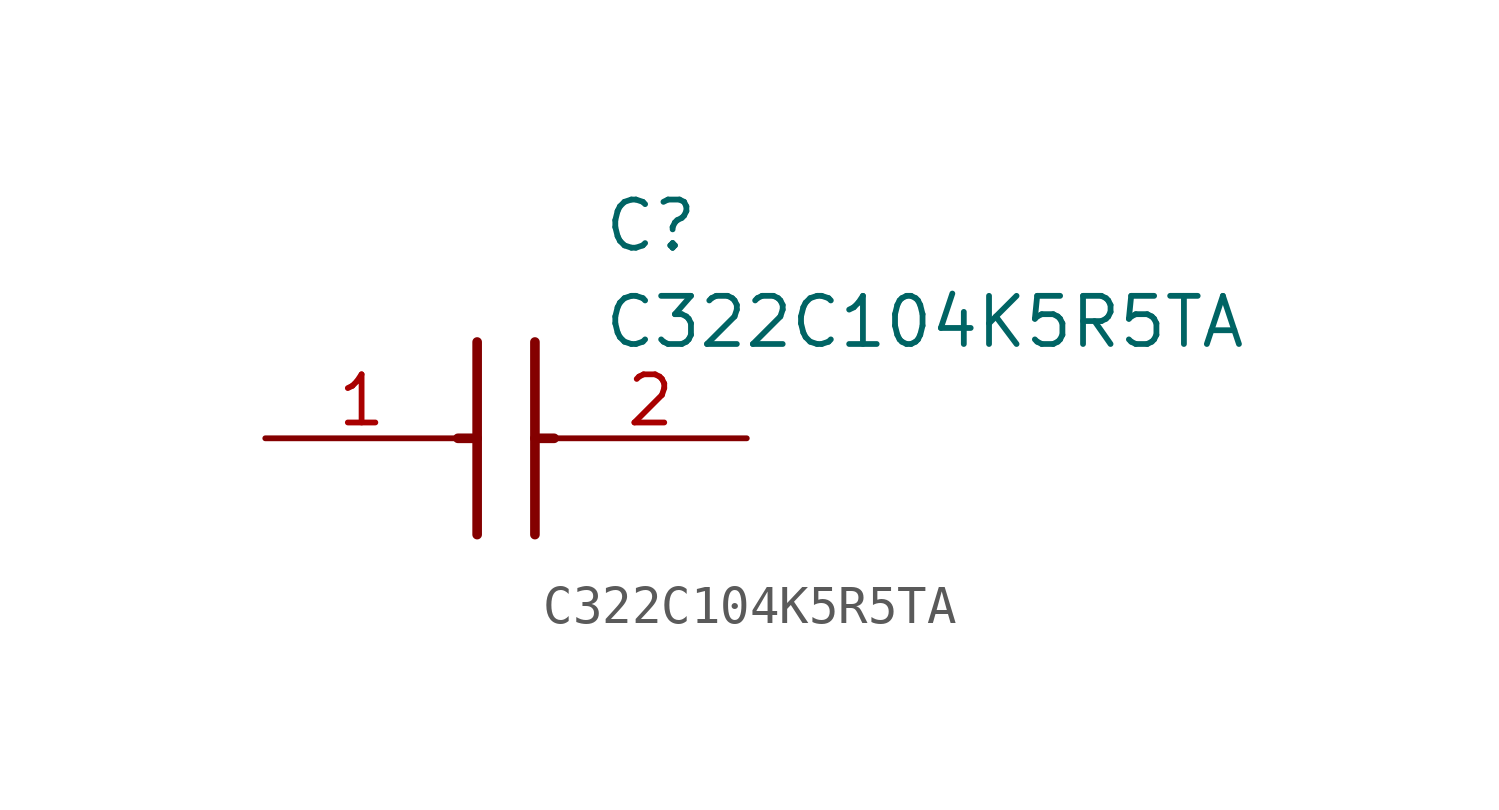
<source format=kicad_sym>
(kicad_symbol_lib
  (version 20211014)
  (generator SamacSys_ECAD_Model)
  (symbol "C322C104K5R5TA"
    (pin_names hide)
    (property "Reference" "C"
      (at 8.89 6.35 0)
      (effects (font (size 1.27 1.27)) (justify left top)))
    (property "Value" "C322C104K5R5TA"
      (at 8.89 3.81 0)
      (effects (font (size 1.27 1.27)) (justify left top)))
    (polyline
      (pts (xy 5.588 2.54) (xy 5.588 -2.54))
      (stroke (width 0.254) (type default))
      (fill (type none)))
    (polyline
      (pts (xy 7.112 2.54) (xy 7.112 -2.54))
      (stroke (width 0.254) (type default))
      (fill (type none)))
    (polyline
      (pts (xy 5.08 0) (xy 5.588 0))
      (stroke (width 0.254) (type default))
      (fill (type none)))
    (polyline
      (pts (xy 7.112 0) (xy 7.62 0))
      (stroke (width 0.254) (type default))
      (fill (type none)))
    (pin passive line
      (at 0 0 0)
      (length 5.08)
      (name "1" (effects (font (size 1.27 1.27))))
      (number "1" (effects (font (size 1.27 1.27)))))
    (pin passive line
      (at 12.7 0 180)
      (length 5.08)
      (name "2" (effects (font (size 1.27 1.27))))
      (number "2" (effects (font (size 1.27 1.27)))))))
</source>
